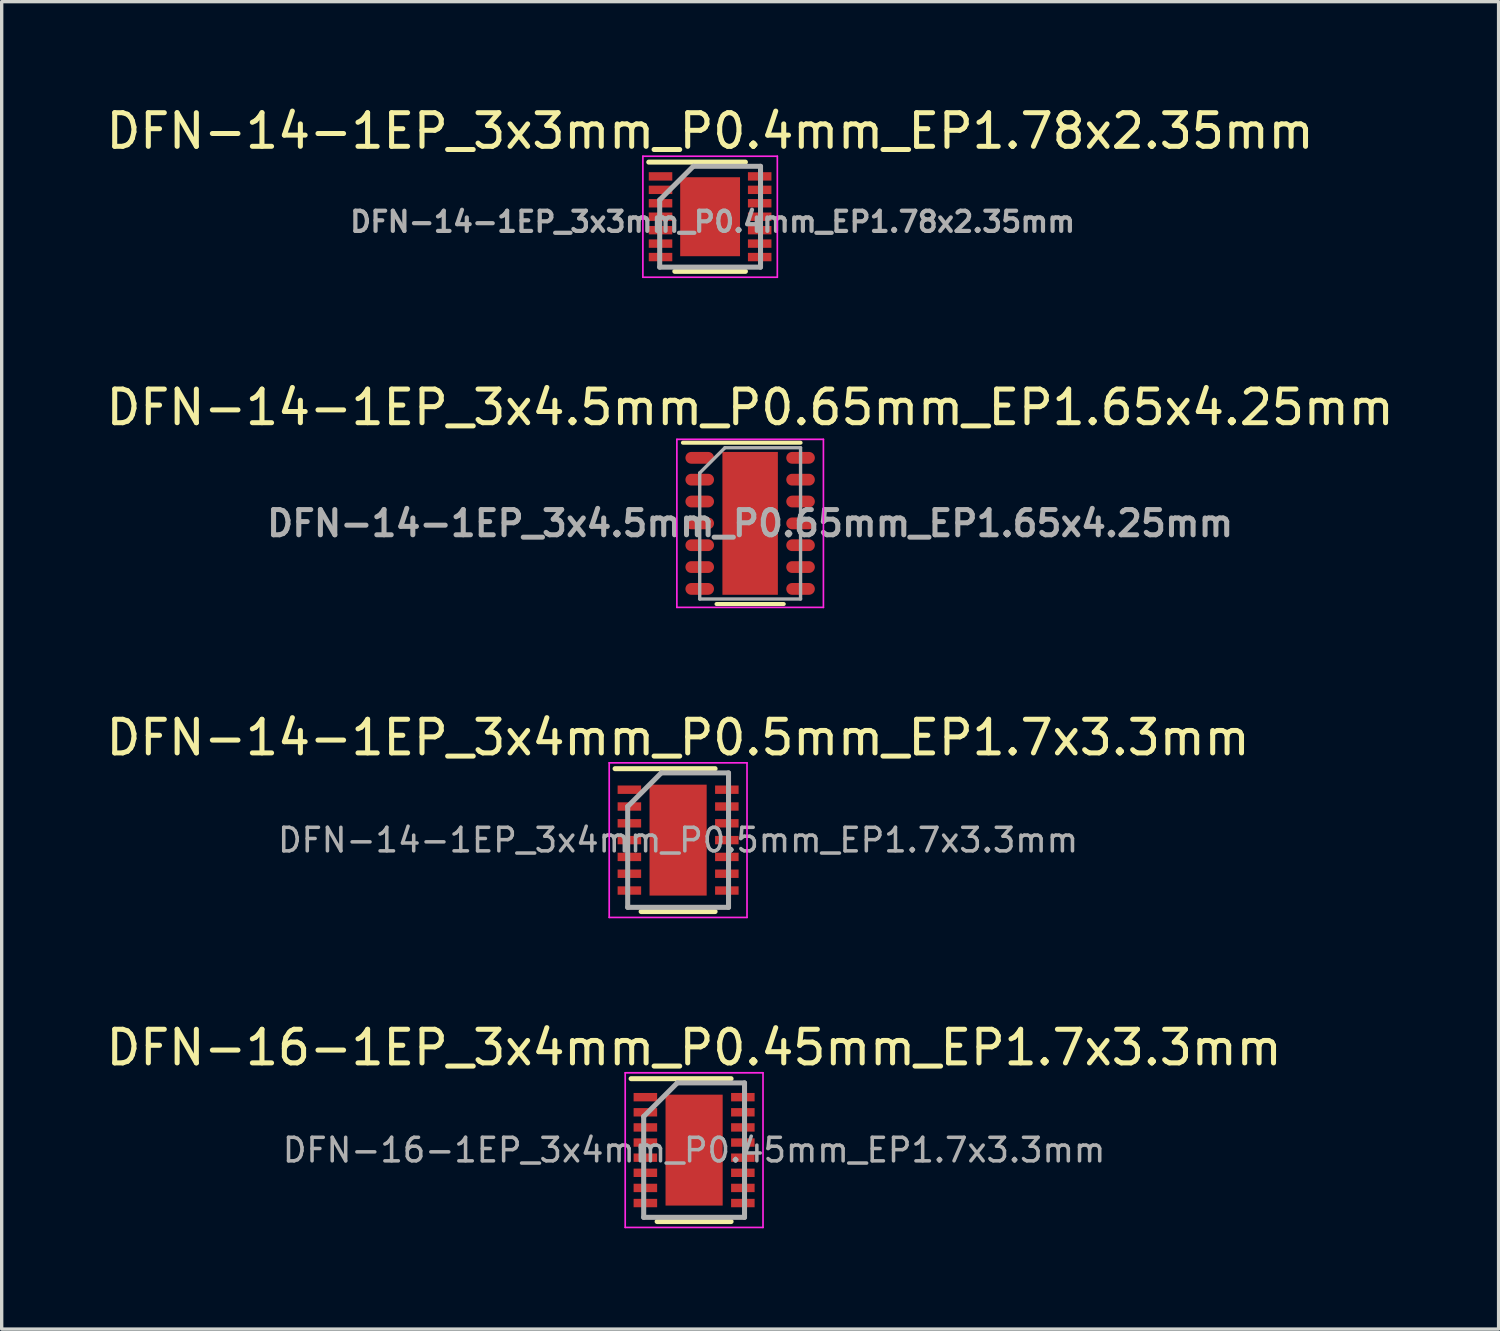
<source format=kicad_pcb>
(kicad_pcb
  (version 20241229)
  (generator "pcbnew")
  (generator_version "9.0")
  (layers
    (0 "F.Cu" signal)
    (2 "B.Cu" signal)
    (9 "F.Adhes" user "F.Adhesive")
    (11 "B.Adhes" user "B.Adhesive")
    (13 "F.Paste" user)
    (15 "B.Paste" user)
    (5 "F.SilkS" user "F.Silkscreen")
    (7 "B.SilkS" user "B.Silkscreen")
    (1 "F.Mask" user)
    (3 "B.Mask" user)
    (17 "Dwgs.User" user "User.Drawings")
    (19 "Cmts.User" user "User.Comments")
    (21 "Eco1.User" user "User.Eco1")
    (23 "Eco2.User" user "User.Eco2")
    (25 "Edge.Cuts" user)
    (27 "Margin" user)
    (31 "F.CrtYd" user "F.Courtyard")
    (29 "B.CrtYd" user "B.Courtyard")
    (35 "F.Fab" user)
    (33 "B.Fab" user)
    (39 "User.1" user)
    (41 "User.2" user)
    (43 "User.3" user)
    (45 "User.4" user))
  (footprint "DFN-14-1EP_3x4.5mm_P0.65mm_EP1.65x4.25mm"
    (layer "F.Cu")
    (at 19.268 12.521)
    (property "Reference" "DFN-14-1EP_3x4.5mm_P0.65mm_EP1.65x4.25mm" (at 0 -3.45 0) (layer "F.SilkS") (effects (font (size 1 1) (thickness 0.15))))
    (attr smd)
    (fp_line (start -1 2.4) (end 1 2.4) (stroke (width 0.12) (type solid)) (layer "F.SilkS"))
    (fp_line (start 1.5 -2.4) (end -2 -2.4) (stroke (width 0.12) (type solid)) (layer "F.SilkS"))
    (fp_line (start -2.18 -2.5) (end -2.18 2.5) (stroke (width 0.05) (type solid)) (layer "F.CrtYd"))
    (fp_line (start -2.18 2.5) (end 2.18 2.5) (stroke (width 0.05) (type solid)) (layer "F.CrtYd"))
    (fp_line (start 2.18 -2.5) (end -2.18 -2.5) (stroke (width 0.05) (type solid)) (layer "F.CrtYd"))
    (fp_line (start 2.18 2.5) (end 2.18 -2.5) (stroke (width 0.05) (type solid)) (layer "F.CrtYd"))
    (fp_line (start -1.5 2.25) (end -1.5 -1.5) (stroke (width 0.1) (type solid)) (layer "F.Fab"))
    (fp_line (start -1.5 2.25) (end 1.5 2.25) (stroke (width 0.1) (type solid)) (layer "F.Fab"))
    (fp_line (start -0.75 -2.25) (end -1.5 -1.5) (stroke (width 0.1) (type solid)) (layer "F.Fab"))
    (fp_line (start 1.5 -2.25) (end -0.75 -2.25) (stroke (width 0.1) (type solid)) (layer "F.Fab"))
    (fp_line (start 1.5 2.25) (end 1.5 -2.25) (stroke (width 0.1) (type solid)) (layer "F.Fab"))
    (fp_text user "${REFERENCE}" (at 0 0 0) (layer "F.Fab") (effects (font (size 0.75 0.75) (thickness 0.15))))
    (pad "" smd rect (at -0.412 -1.594) (size 0.66 0.85) (layers "F.Paste"))
    (pad "" smd rect (at -0.412 -0.531) (size 0.66 0.85) (layers "F.Paste"))
    (pad "" smd rect (at -0.412 0.531) (size 0.66 0.85) (layers "F.Paste"))
    (pad "" smd rect (at -0.412 1.594) (size 0.66 0.85) (layers "F.Paste"))
    (pad "" smd rect (at 0.412 -1.594) (size 0.66 0.85) (layers "F.Paste"))
    (pad "" smd rect (at 0.412 -0.531) (size 0.66 0.85) (layers "F.Paste"))
    (pad "" smd rect (at 0.412 0.531) (size 0.66 0.85) (layers "F.Paste"))
    (pad "" smd rect (at 0.412 1.594) (size 0.66 0.85) (layers "F.Paste"))
    (pad "1" smd oval (at -1.5 -1.95) (size 0.85 0.35) (layers "F.Cu" "F.Mask" "F.Paste"))
    (pad "2" smd oval (at -1.5 -1.3) (size 0.85 0.35) (layers "F.Cu" "F.Mask" "F.Paste"))
    (pad "3" smd oval (at -1.5 -0.65) (size 0.85 0.35) (layers "F.Cu" "F.Mask" "F.Paste"))
    (pad "4" smd oval (at -1.5 0) (size 0.85 0.35) (layers "F.Cu" "F.Mask" "F.Paste"))
    (pad "5" smd oval (at -1.5 0.65) (size 0.85 0.35) (layers "F.Cu" "F.Mask" "F.Paste"))
    (pad "6" smd oval (at -1.5 1.3) (size 0.85 0.35) (layers "F.Cu" "F.Mask" "F.Paste"))
    (pad "7" smd oval (at -1.5 1.95) (size 0.85 0.35) (layers "F.Cu" "F.Mask" "F.Paste"))
    (pad "8" smd oval (at 1.5 1.95) (size 0.85 0.35) (layers "F.Cu" "F.Mask" "F.Paste"))
    (pad "9" smd oval (at 1.5 1.3) (size 0.85 0.35) (layers "F.Cu" "F.Mask" "F.Paste"))
    (pad "10" smd oval (at 1.5 0.65) (size 0.85 0.35) (layers "F.Cu" "F.Mask" "F.Paste"))
    (pad "11" smd oval (at 1.5 0) (size 0.85 0.35) (layers "F.Cu" "F.Mask" "F.Paste"))
    (pad "12" smd oval (at 1.5 -0.65) (size 0.85 0.35) (layers "F.Cu" "F.Mask" "F.Paste"))
    (pad "13" smd oval (at 1.5 -1.3) (size 0.85 0.35) (layers "F.Cu" "F.Mask" "F.Paste"))
    (pad "14" smd oval (at 1.5 -1.95) (size 0.85 0.35) (layers "F.Cu" "F.Mask" "F.Paste"))
    (pad "15" smd rect (at 0 0) (size 1.65 4.25) (layers "F.Cu" "F.Mask")))
  (footprint "DFN-14-1EP_3x4mm_P0.5mm_EP1.7x3.3mm"
    (layer "F.Cu")
    (at 17.125 21.945)
    (property "Reference" "DFN-14-1EP_3x4mm_P0.5mm_EP1.7x3.3mm" (at 0 -3.05 0) (layer "F.SilkS") (effects (font (size 1 1) (thickness 0.15))))
    (attr smd)
    (fp_line (start -1.875 -2.125) (end 1.1 -2.125) (stroke (width 0.15) (type solid)) (layer "F.SilkS"))
    (fp_line (start -1.1 2.125) (end 1.1 2.125) (stroke (width 0.15) (type solid)) (layer "F.SilkS"))
    (fp_line (start -2.05 -2.3) (end -2.05 2.3) (stroke (width 0.05) (type solid)) (layer "F.CrtYd"))
    (fp_line (start -2.05 -2.3) (end 2.05 -2.3) (stroke (width 0.05) (type solid)) (layer "F.CrtYd"))
    (fp_line (start -2.05 2.3) (end 2.05 2.3) (stroke (width 0.05) (type solid)) (layer "F.CrtYd"))
    (fp_line (start 2.05 -2.3) (end 2.05 2.3) (stroke (width 0.05) (type solid)) (layer "F.CrtYd"))
    (fp_line (start -1.5 -1) (end -0.5 -2) (stroke (width 0.15) (type solid)) (layer "F.Fab"))
    (fp_line (start -1.5 2) (end -1.5 -1) (stroke (width 0.15) (type solid)) (layer "F.Fab"))
    (fp_line (start -0.5 -2) (end 1.5 -2) (stroke (width 0.15) (type solid)) (layer "F.Fab"))
    (fp_line (start 1.5 -2) (end 1.5 2) (stroke (width 0.15) (type solid)) (layer "F.Fab"))
    (fp_line (start 1.5 2) (end -1.5 2) (stroke (width 0.15) (type solid)) (layer "F.Fab"))
    (fp_text user "${REFERENCE}" (at 0 0 0) (layer "F.Fab") (effects (font (size 0.7 0.7) (thickness 0.105))))
    (pad "" smd rect (at -0.425 -1.238) (size 0.685 0.67) (layers "F.Paste"))
    (pad "" smd rect (at -0.425 -0.412) (size 0.685 0.67) (layers "F.Paste"))
    (pad "" smd rect (at -0.425 0.412) (size 0.685 0.67) (layers "F.Paste"))
    (pad "" smd rect (at -0.425 1.238) (size 0.685 0.67) (layers "F.Paste"))
    (pad "" smd rect (at 0.425 -1.238) (size 0.685 0.67) (layers "F.Paste"))
    (pad "" smd rect (at 0.425 -0.412) (size 0.685 0.67) (layers "F.Paste"))
    (pad "" smd rect (at 0.425 0.412) (size 0.685 0.67) (layers "F.Paste"))
    (pad "" smd rect (at 0.425 1.238) (size 0.685 0.67) (layers "F.Paste"))
    (pad "1" smd rect (at -1.45 -1.5) (size 0.7 0.25) (layers "F.Cu" "F.Mask" "F.Paste"))
    (pad "2" smd rect (at -1.45 -1) (size 0.7 0.25) (layers "F.Cu" "F.Mask" "F.Paste"))
    (pad "3" smd rect (at -1.45 -0.5) (size 0.7 0.25) (layers "F.Cu" "F.Mask" "F.Paste"))
    (pad "4" smd rect (at -1.45 0) (size 0.7 0.25) (layers "F.Cu" "F.Mask" "F.Paste"))
    (pad "5" smd rect (at -1.45 0.5) (size 0.7 0.25) (layers "F.Cu" "F.Mask" "F.Paste"))
    (pad "6" smd rect (at -1.45 1) (size 0.7 0.25) (layers "F.Cu" "F.Mask" "F.Paste"))
    (pad "7" smd rect (at -1.45 1.5) (size 0.7 0.25) (layers "F.Cu" "F.Mask" "F.Paste"))
    (pad "8" smd rect (at 1.45 1.5) (size 0.7 0.25) (layers "F.Cu" "F.Mask" "F.Paste"))
    (pad "9" smd rect (at 1.45 1) (size 0.7 0.25) (layers "F.Cu" "F.Mask" "F.Paste"))
    (pad "10" smd rect (at 1.45 0.5) (size 0.7 0.25) (layers "F.Cu" "F.Mask" "F.Paste"))
    (pad "11" smd rect (at 1.45 0) (size 0.7 0.25) (layers "F.Cu" "F.Mask" "F.Paste"))
    (pad "12" smd rect (at 1.45 -0.5) (size 0.7 0.25) (layers "F.Cu" "F.Mask" "F.Paste"))
    (pad "13" smd rect (at 1.45 -1) (size 0.7 0.25) (layers "F.Cu" "F.Mask" "F.Paste"))
    (pad "14" smd rect (at 1.45 -1.5) (size 0.7 0.25) (layers "F.Cu" "F.Mask" "F.Paste"))
    (pad "15" smd rect (at 0 0) (size 1.7 3.3) (layers "F.Cu" "F.Mask")))
  (footprint "DFN-16-1EP_3x4mm_P0.45mm_EP1.7x3.3mm"
    (layer "F.Cu")
    (at 17.601 31.168)
    (property "Reference" "DFN-16-1EP_3x4mm_P0.45mm_EP1.7x3.3mm" (at 0 -3.05 0) (layer "F.SilkS") (effects (font (size 1 1) (thickness 0.15))))
    (attr smd)
    (fp_line (start -1.875 -2.125) (end 1.1 -2.125) (stroke (width 0.15) (type solid)) (layer "F.SilkS"))
    (fp_line (start -1.1 2.125) (end 1.1 2.125) (stroke (width 0.15) (type solid)) (layer "F.SilkS"))
    (fp_line (start -2.05 -2.3) (end -2.05 2.3) (stroke (width 0.05) (type solid)) (layer "F.CrtYd"))
    (fp_line (start -2.05 -2.3) (end 2.05 -2.3) (stroke (width 0.05) (type solid)) (layer "F.CrtYd"))
    (fp_line (start -2.05 2.3) (end 2.05 2.3) (stroke (width 0.05) (type solid)) (layer "F.CrtYd"))
    (fp_line (start 2.05 -2.3) (end 2.05 2.3) (stroke (width 0.05) (type solid)) (layer "F.CrtYd"))
    (fp_line (start -1.5 -1) (end -0.5 -2) (stroke (width 0.15) (type solid)) (layer "F.Fab"))
    (fp_line (start -1.5 2) (end -1.5 -1) (stroke (width 0.15) (type solid)) (layer "F.Fab"))
    (fp_line (start -0.5 -2) (end 1.5 -2) (stroke (width 0.15) (type solid)) (layer "F.Fab"))
    (fp_line (start 1.5 -2) (end 1.5 2) (stroke (width 0.15) (type solid)) (layer "F.Fab"))
    (fp_line (start 1.5 2) (end -1.5 2) (stroke (width 0.15) (type solid)) (layer "F.Fab"))
    (fp_text user "${REFERENCE}" (at 0 0 0) (layer "F.Fab") (effects (font (size 0.7 0.7) (thickness 0.105))))
    (pad "" smd rect (at -0.425 -1.238) (size 0.685 0.67) (layers "F.Paste"))
    (pad "" smd rect (at -0.425 -0.412) (size 0.685 0.67) (layers "F.Paste"))
    (pad "" smd rect (at -0.425 0.412) (size 0.685 0.67) (layers "F.Paste"))
    (pad "" smd rect (at -0.425 1.238) (size 0.685 0.67) (layers "F.Paste"))
    (pad "" smd rect (at 0.425 -1.238) (size 0.685 0.67) (layers "F.Paste"))
    (pad "" smd rect (at 0.425 -0.412) (size 0.685 0.67) (layers "F.Paste"))
    (pad "" smd rect (at 0.425 0.412) (size 0.685 0.67) (layers "F.Paste"))
    (pad "" smd rect (at 0.425 1.238) (size 0.685 0.67) (layers "F.Paste"))
    (pad "1" smd rect (at -1.45 -1.575) (size 0.7 0.25) (layers "F.Cu" "F.Mask" "F.Paste"))
    (pad "2" smd rect (at -1.45 -1.125) (size 0.7 0.25) (layers "F.Cu" "F.Mask" "F.Paste"))
    (pad "3" smd rect (at -1.45 -0.675) (size 0.7 0.25) (layers "F.Cu" "F.Mask" "F.Paste"))
    (pad "4" smd rect (at -1.45 -0.225) (size 0.7 0.25) (layers "F.Cu" "F.Mask" "F.Paste"))
    (pad "5" smd rect (at -1.45 0.225) (size 0.7 0.25) (layers "F.Cu" "F.Mask" "F.Paste"))
    (pad "6" smd rect (at -1.45 0.675) (size 0.7 0.25) (layers "F.Cu" "F.Mask" "F.Paste"))
    (pad "7" smd rect (at -1.45 1.125) (size 0.7 0.25) (layers "F.Cu" "F.Mask" "F.Paste"))
    (pad "8" smd rect (at -1.45 1.575) (size 0.7 0.25) (layers "F.Cu" "F.Mask" "F.Paste"))
    (pad "9" smd rect (at 1.45 1.575) (size 0.7 0.25) (layers "F.Cu" "F.Mask" "F.Paste"))
    (pad "10" smd rect (at 1.45 1.125) (size 0.7 0.25) (layers "F.Cu" "F.Mask" "F.Paste"))
    (pad "11" smd rect (at 1.45 0.675) (size 0.7 0.25) (layers "F.Cu" "F.Mask" "F.Paste"))
    (pad "12" smd rect (at 1.45 0.225) (size 0.7 0.25) (layers "F.Cu" "F.Mask" "F.Paste"))
    (pad "13" smd rect (at 1.45 -0.225) (size 0.7 0.25) (layers "F.Cu" "F.Mask" "F.Paste"))
    (pad "14" smd rect (at 1.45 -0.675) (size 0.7 0.25) (layers "F.Cu" "F.Mask" "F.Paste"))
    (pad "15" smd rect (at 1.45 -1.125) (size 0.7 0.25) (layers "F.Cu" "F.Mask" "F.Paste"))
    (pad "16" smd rect (at 1.45 -1.575) (size 0.7 0.25) (layers "F.Cu" "F.Mask" "F.Paste"))
    (pad "17" smd rect (at 0 0) (size 1.7 3.3) (layers "F.Cu" "F.Mask")))
  (footprint "DFN-14-1EP_3x3mm_P0.4mm_EP1.78x2.35mm"
    (layer "F.Cu")
    (at 18.077 3.398)
    (property "Reference" "DFN-14-1EP_3x3mm_P0.4mm_EP1.78x2.35mm" (at 0 -2.55 0) (layer "F.SilkS") (effects (font (size 1 1) (thickness 0.15))))
    (attr smd)
    (fp_line (start -1.825 -1.625) (end 1.05 -1.625) (stroke (width 0.15) (type solid)) (layer "F.SilkS"))
    (fp_line (start -1.05 1.625) (end 1.05 1.625) (stroke (width 0.15) (type solid)) (layer "F.SilkS"))
    (fp_line (start -2 -1.8) (end -2 1.8) (stroke (width 0.05) (type solid)) (layer "F.CrtYd"))
    (fp_line (start -2 -1.8) (end 2 -1.8) (stroke (width 0.05) (type solid)) (layer "F.CrtYd"))
    (fp_line (start -2 1.8) (end 2 1.8) (stroke (width 0.05) (type solid)) (layer "F.CrtYd"))
    (fp_line (start 2 -1.8) (end 2 1.8) (stroke (width 0.05) (type solid)) (layer "F.CrtYd"))
    (fp_line (start -1.5 -0.5) (end -0.5 -1.5) (stroke (width 0.15) (type solid)) (layer "F.Fab"))
    (fp_line (start -1.5 1.5) (end -1.5 -0.5) (stroke (width 0.15) (type solid)) (layer "F.Fab"))
    (fp_line (start -0.5 -1.5) (end 1.5 -1.5) (stroke (width 0.15) (type solid)) (layer "F.Fab"))
    (fp_line (start 1.5 -1.5) (end 1.5 1.5) (stroke (width 0.15) (type solid)) (layer "F.Fab"))
    (fp_line (start 1.5 1.5) (end -1.5 1.5) (stroke (width 0.15) (type solid)) (layer "F.Fab"))
    (fp_text user "${REFERENCE}" (at 0.075 0.15 0) (layer "F.Fab") (effects (font (size 0.6 0.6) (thickness 0.125))))
    (pad "" smd rect (at -0.445 -0.588) (size 0.7 0.97) (layers "F.Paste"))
    (pad "" smd rect (at -0.445 0.588) (size 0.7 0.97) (layers "F.Paste"))
    (pad "" smd rect (at 0.45 -0.588) (size 0.7 0.97) (layers "F.Paste"))
    (pad "" smd rect (at 0.45 0.588) (size 0.7 0.97) (layers "F.Paste"))
    (pad "1" smd rect (at -1.475 -1.2) (size 0.7 0.25) (layers "F.Cu" "F.Mask" "F.Paste"))
    (pad "2" smd rect (at -1.475 -0.8) (size 0.7 0.25) (layers "F.Cu" "F.Mask" "F.Paste"))
    (pad "3" smd rect (at -1.475 -0.4) (size 0.7 0.25) (layers "F.Cu" "F.Mask" "F.Paste"))
    (pad "4" smd rect (at -1.475 0) (size 0.7 0.25) (layers "F.Cu" "F.Mask" "F.Paste"))
    (pad "5" smd rect (at -1.475 0.4) (size 0.7 0.25) (layers "F.Cu" "F.Mask" "F.Paste"))
    (pad "6" smd rect (at -1.475 0.8) (size 0.7 0.25) (layers "F.Cu" "F.Mask" "F.Paste"))
    (pad "7" smd rect (at -1.475 1.2) (size 0.7 0.25) (layers "F.Cu" "F.Mask" "F.Paste"))
    (pad "8" smd rect (at 1.475 1.2) (size 0.7 0.25) (layers "F.Cu" "F.Mask" "F.Paste"))
    (pad "9" smd rect (at 1.475 0.8) (size 0.7 0.25) (layers "F.Cu" "F.Mask" "F.Paste"))
    (pad "10" smd rect (at 1.475 0.4) (size 0.7 0.25) (layers "F.Cu" "F.Mask" "F.Paste"))
    (pad "11" smd rect (at 1.475 0) (size 0.7 0.25) (layers "F.Cu" "F.Mask" "F.Paste"))
    (pad "12" smd rect (at 1.475 -0.4) (size 0.7 0.25) (layers "F.Cu" "F.Mask" "F.Paste"))
    (pad "13" smd rect (at 1.475 -0.8) (size 0.7 0.25) (layers "F.Cu" "F.Mask" "F.Paste"))
    (pad "14" smd rect (at 1.475 -1.2) (size 0.7 0.25) (layers "F.Cu" "F.Mask" "F.Paste"))
    (pad "15" smd rect (at 0 0) (size 1.78 2.35) (layers "F.Cu" "F.Mask")))
  (gr_rect
    (start -3 -3)
    (end 41.536 36.493)
    (stroke (width 0.1) (type default))
    (fill no)
    (layer "Edge.Cuts")))
</source>
